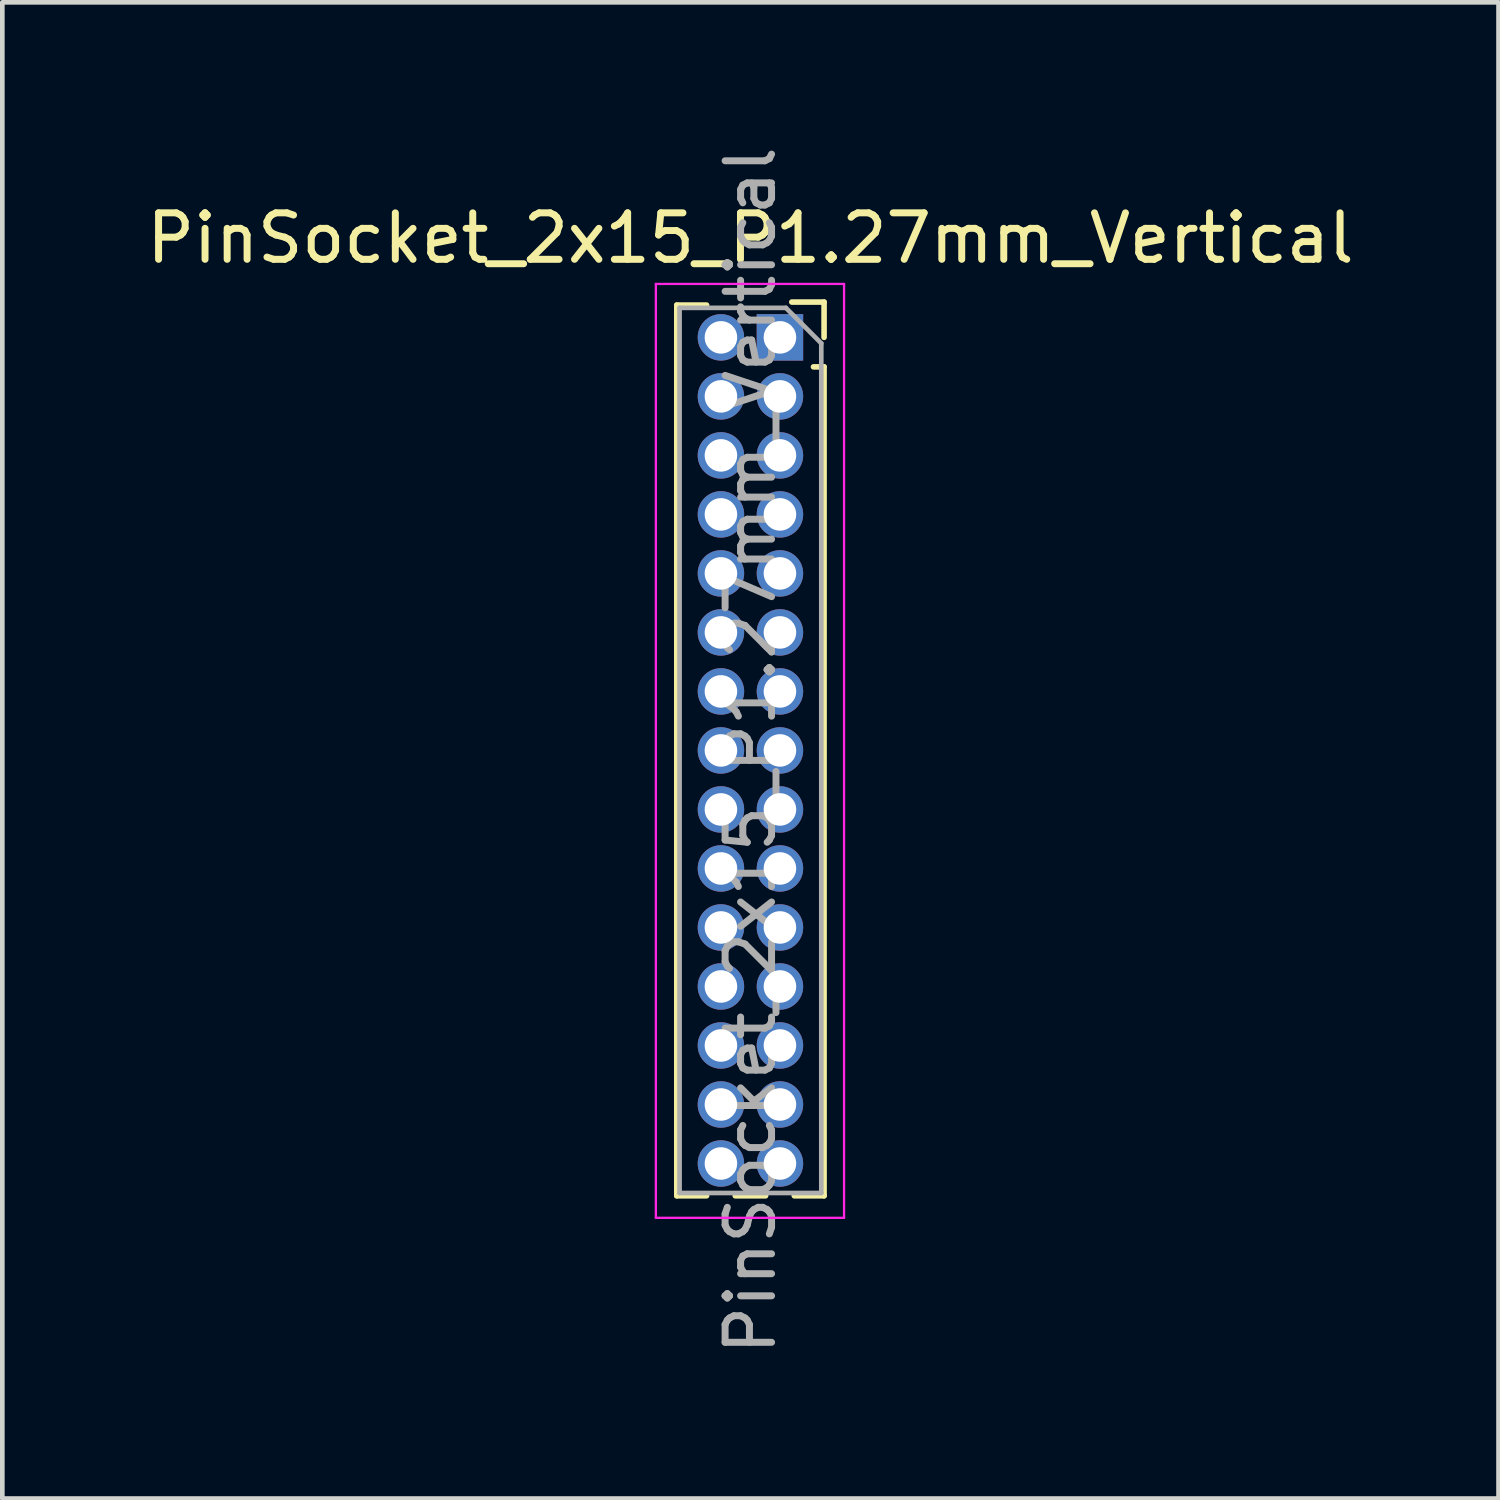
<source format=kicad_pcb>
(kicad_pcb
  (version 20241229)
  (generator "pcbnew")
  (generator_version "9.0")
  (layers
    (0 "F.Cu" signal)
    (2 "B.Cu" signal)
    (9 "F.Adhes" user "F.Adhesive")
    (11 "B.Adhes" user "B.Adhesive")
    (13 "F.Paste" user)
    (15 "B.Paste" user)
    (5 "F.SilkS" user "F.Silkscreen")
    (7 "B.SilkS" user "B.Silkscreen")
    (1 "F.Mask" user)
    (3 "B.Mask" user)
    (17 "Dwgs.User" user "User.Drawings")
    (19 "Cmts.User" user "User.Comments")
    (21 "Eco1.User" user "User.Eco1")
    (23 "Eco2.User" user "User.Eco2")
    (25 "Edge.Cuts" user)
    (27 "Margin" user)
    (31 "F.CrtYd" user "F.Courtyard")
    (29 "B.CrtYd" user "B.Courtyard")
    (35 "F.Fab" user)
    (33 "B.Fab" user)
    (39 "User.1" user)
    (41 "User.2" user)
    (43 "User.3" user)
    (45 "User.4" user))
  (footprint "PinSocket_2x15_P1.27mm_Vertical"
    (layer "F.Cu")
    (at 13.736 4.211)
    (property "Reference" "PinSocket_2x15_P1.27mm_Vertical" (at -0.635 -2.135 0) (layer "F.SilkS") (effects (font (size 1 1) (thickness 0.15))))
    (attr through_hole)
    (fp_line (start -2.22 -0.695) (end -2.22 18.475) (stroke (width 0.12) (type solid)) (layer "F.SilkS"))
    (fp_line (start -2.22 -0.695) (end -1.578 -0.695) (stroke (width 0.12) (type solid)) (layer "F.SilkS"))
    (fp_line (start -2.22 18.475) (end -1.578 18.475) (stroke (width 0.12) (type solid)) (layer "F.SilkS"))
    (fp_line (start -0.962 18.475) (end -0.308 18.475) (stroke (width 0.12) (type solid)) (layer "F.SilkS"))
    (fp_line (start 0.255 -0.76) (end 0.95 -0.76) (stroke (width 0.12) (type solid)) (layer "F.SilkS"))
    (fp_line (start 0.308 18.475) (end 0.95 18.475) (stroke (width 0.12) (type solid)) (layer "F.SilkS"))
    (fp_line (start 0.722 0.635) (end 0.95 0.635) (stroke (width 0.12) (type solid)) (layer "F.SilkS"))
    (fp_line (start 0.95 -0.76) (end 0.95 0) (stroke (width 0.12) (type solid)) (layer "F.SilkS"))
    (fp_line (start 0.95 0.635) (end 0.95 18.475) (stroke (width 0.12) (type solid)) (layer "F.SilkS"))
    (fp_line (start -2.67 -1.15) (end 1.38 -1.15) (stroke (width 0.05) (type solid)) (layer "F.CrtYd"))
    (fp_line (start -2.67 18.95) (end -2.67 -1.15) (stroke (width 0.05) (type solid)) (layer "F.CrtYd"))
    (fp_line (start 1.38 -1.15) (end 1.38 18.95) (stroke (width 0.05) (type solid)) (layer "F.CrtYd"))
    (fp_line (start 1.38 18.95) (end -2.67 18.95) (stroke (width 0.05) (type solid)) (layer "F.CrtYd"))
    (fp_line (start -2.16 -0.635) (end 0.128 -0.635) (stroke (width 0.1) (type solid)) (layer "F.Fab"))
    (fp_line (start -2.16 18.415) (end -2.16 -0.635) (stroke (width 0.1) (type solid)) (layer "F.Fab"))
    (fp_line (start 0.128 -0.635) (end 0.89 0.128) (stroke (width 0.1) (type solid)) (layer "F.Fab"))
    (fp_line (start 0.89 0.128) (end 0.89 18.415) (stroke (width 0.1) (type solid)) (layer "F.Fab"))
    (fp_line (start 0.89 18.415) (end -2.16 18.415) (stroke (width 0.1) (type solid)) (layer "F.Fab"))
    (fp_text user "${REFERENCE}" (at -0.635 8.89 90) (layer "F.Fab") (effects (font (size 1 1) (thickness 0.15))))
    (pad "1" thru_hole rect (at 0 0) (size 1 1) (drill 0.7) (layers "*.Cu" "*.Mask"))
    (pad "2" thru_hole oval (at -1.27 0) (size 1 1) (drill 0.7) (layers "*.Cu" "*.Mask"))
    (pad "3" thru_hole oval (at 0 1.27) (size 1 1) (drill 0.7) (layers "*.Cu" "*.Mask"))
    (pad "4" thru_hole oval (at -1.27 1.27) (size 1 1) (drill 0.7) (layers "*.Cu" "*.Mask"))
    (pad "5" thru_hole oval (at 0 2.54) (size 1 1) (drill 0.7) (layers "*.Cu" "*.Mask"))
    (pad "6" thru_hole oval (at -1.27 2.54) (size 1 1) (drill 0.7) (layers "*.Cu" "*.Mask"))
    (pad "7" thru_hole oval (at 0 3.81) (size 1 1) (drill 0.7) (layers "*.Cu" "*.Mask"))
    (pad "8" thru_hole oval (at -1.27 3.81) (size 1 1) (drill 0.7) (layers "*.Cu" "*.Mask"))
    (pad "9" thru_hole oval (at 0 5.08) (size 1 1) (drill 0.7) (layers "*.Cu" "*.Mask"))
    (pad "10" thru_hole oval (at -1.27 5.08) (size 1 1) (drill 0.7) (layers "*.Cu" "*.Mask"))
    (pad "11" thru_hole oval (at 0 6.35) (size 1 1) (drill 0.7) (layers "*.Cu" "*.Mask"))
    (pad "12" thru_hole oval (at -1.27 6.35) (size 1 1) (drill 0.7) (layers "*.Cu" "*.Mask"))
    (pad "13" thru_hole oval (at 0 7.62) (size 1 1) (drill 0.7) (layers "*.Cu" "*.Mask"))
    (pad "14" thru_hole oval (at -1.27 7.62) (size 1 1) (drill 0.7) (layers "*.Cu" "*.Mask"))
    (pad "15" thru_hole oval (at 0 8.89) (size 1 1) (drill 0.7) (layers "*.Cu" "*.Mask"))
    (pad "16" thru_hole oval (at -1.27 8.89) (size 1 1) (drill 0.7) (layers "*.Cu" "*.Mask"))
    (pad "17" thru_hole oval (at 0 10.16) (size 1 1) (drill 0.7) (layers "*.Cu" "*.Mask"))
    (pad "18" thru_hole oval (at -1.27 10.16) (size 1 1) (drill 0.7) (layers "*.Cu" "*.Mask"))
    (pad "19" thru_hole oval (at 0 11.43) (size 1 1) (drill 0.7) (layers "*.Cu" "*.Mask"))
    (pad "20" thru_hole oval (at -1.27 11.43) (size 1 1) (drill 0.7) (layers "*.Cu" "*.Mask"))
    (pad "21" thru_hole oval (at 0 12.7) (size 1 1) (drill 0.7) (layers "*.Cu" "*.Mask"))
    (pad "22" thru_hole oval (at -1.27 12.7) (size 1 1) (drill 0.7) (layers "*.Cu" "*.Mask"))
    (pad "23" thru_hole oval (at 0 13.97) (size 1 1) (drill 0.7) (layers "*.Cu" "*.Mask"))
    (pad "24" thru_hole oval (at -1.27 13.97) (size 1 1) (drill 0.7) (layers "*.Cu" "*.Mask"))
    (pad "25" thru_hole oval (at 0 15.24) (size 1 1) (drill 0.7) (layers "*.Cu" "*.Mask"))
    (pad "26" thru_hole oval (at -1.27 15.24) (size 1 1) (drill 0.7) (layers "*.Cu" "*.Mask"))
    (pad "27" thru_hole oval (at 0 16.51) (size 1 1) (drill 0.7) (layers "*.Cu" "*.Mask"))
    (pad "28" thru_hole oval (at -1.27 16.51) (size 1 1) (drill 0.7) (layers "*.Cu" "*.Mask"))
    (pad "29" thru_hole oval (at 0 17.78) (size 1 1) (drill 0.7) (layers "*.Cu" "*.Mask"))
    (pad "30" thru_hole oval (at -1.27 17.78) (size 1 1) (drill 0.7) (layers "*.Cu" "*.Mask")))
  (gr_rect
    (start -3 -3)
    (end 29.202 29.202)
    (stroke (width 0.1) (type default))
    (fill no)
    (layer "Edge.Cuts")))
</source>
